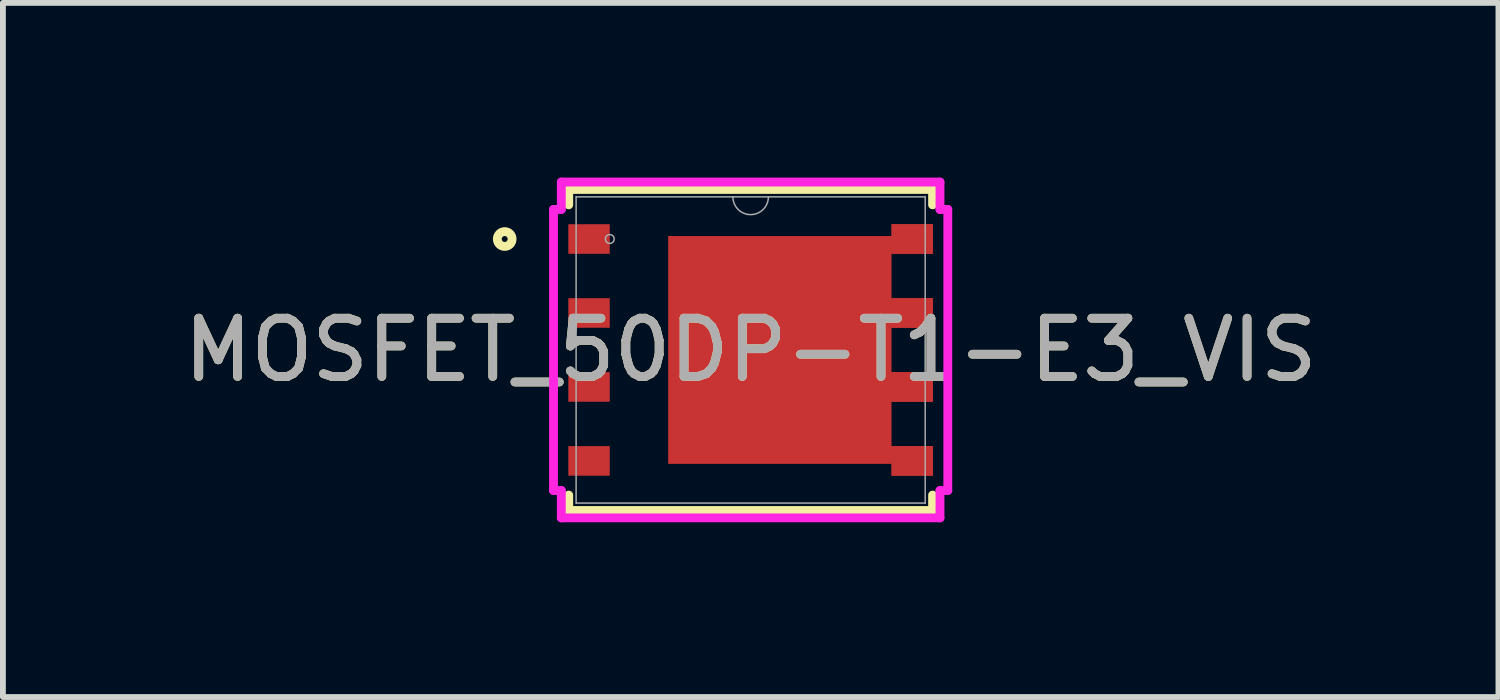
<source format=kicad_pcb>
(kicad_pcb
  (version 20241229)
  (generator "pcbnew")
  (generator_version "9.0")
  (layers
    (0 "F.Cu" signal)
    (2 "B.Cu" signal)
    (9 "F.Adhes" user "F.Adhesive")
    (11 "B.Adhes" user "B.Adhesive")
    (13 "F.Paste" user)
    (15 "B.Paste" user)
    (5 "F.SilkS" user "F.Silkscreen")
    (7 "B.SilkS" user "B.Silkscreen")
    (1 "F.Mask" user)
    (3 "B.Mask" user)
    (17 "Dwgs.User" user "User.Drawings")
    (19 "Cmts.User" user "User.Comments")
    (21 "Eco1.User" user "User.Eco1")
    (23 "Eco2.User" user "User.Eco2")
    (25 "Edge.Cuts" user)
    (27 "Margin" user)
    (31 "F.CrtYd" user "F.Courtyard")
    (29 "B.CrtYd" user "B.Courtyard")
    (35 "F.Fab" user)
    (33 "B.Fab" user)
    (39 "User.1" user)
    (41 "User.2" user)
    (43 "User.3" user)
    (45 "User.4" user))
  (footprint "MOSFET_50DP-T1-E3_VIS"
    (layer "F.Cu")
    (at 9.839 2.959)
    (property "Reference" "MOSFET_50DP-T1-E3_VIS" (at 0 0 0) (unlocked yes) (layer "F.SilkS") (effects (font (size 1 1) (thickness 0.15))))
    (attr smd)
    (fp_poly (pts (xy -1.416 -1.956) (xy -1.416 1.956) (xy 2.419 1.956) (xy 2.419 2.159) (xy 3.131 2.159) (xy 3.131 1.651) (xy 2.419 1.651) (xy 2.419 0.889) (xy 3.131 0.889) (xy 3.131 0.381) (xy 2.419 0.381) (xy 2.419 -0.381) (xy 3.131 -0.381) (xy 3.131 -0.889) (xy 2.419 -0.889) (xy 2.419 -1.651) (xy 3.131 -1.651) (xy 3.131 -2.159) (xy 2.419 -2.159) (xy 2.419 -1.956)) (stroke (width 0) (type solid)) (fill yes) (layer "F.Cu"))
    (fp_poly (pts (xy -1.416 -1.956) (xy -1.416 1.956) (xy 2.419 1.956) (xy 2.419 2.159) (xy 3.131 2.159) (xy 3.131 1.651) (xy 2.419 1.651) (xy 2.419 0.889) (xy 3.131 0.889) (xy 3.131 0.381) (xy 2.419 0.381) (xy 2.419 -0.381) (xy 3.131 -0.381) (xy 3.131 -0.889) (xy 2.419 -0.889) (xy 2.419 -1.651) (xy 3.131 -1.651) (xy 3.131 -2.159) (xy 2.419 -2.159) (xy 2.419 -1.956)) (stroke (width 0) (type solid)) (fill yes) (layer "F.Mask"))
    (fp_line (start -3.124 -2.756) (end -3.124 -2.492) (stroke (width 0.152) (type solid)) (layer "F.SilkS"))
    (fp_line (start -3.124 2.492) (end -3.124 2.756) (stroke (width 0.152) (type solid)) (layer "F.SilkS"))
    (fp_line (start -3.124 2.756) (end 3.124 2.756) (stroke (width 0.152) (type solid)) (layer "F.SilkS"))
    (fp_line (start 3.124 -2.756) (end -3.124 -2.756) (stroke (width 0.152) (type solid)) (layer "F.SilkS"))
    (fp_line (start 3.124 -2.492) (end 3.124 -2.756) (stroke (width 0.152) (type solid)) (layer "F.SilkS"))
    (fp_line (start 3.124 2.756) (end 3.124 2.492) (stroke (width 0.152) (type solid)) (layer "F.SilkS"))
    (fp_circle (center -4.223 -1.905) (end -4.096 -1.905) (stroke (width 0.152) (type solid)) (fill no) (layer "F.SilkS"))
    (fp_poly (pts (xy -1.818 -1.856) (xy -1.818 -0.752) (xy -0.739 -0.752) (xy -0.739 -1.856)) (stroke (width 0) (type solid)) (fill yes) (layer "F.Paste"))
    (fp_poly (pts (xy -1.818 -0.552) (xy -1.818 0.552) (xy -0.739 0.552) (xy -0.739 -0.552)) (stroke (width 0) (type solid)) (fill yes) (layer "F.Paste"))
    (fp_poly (pts (xy -1.818 0.752) (xy -1.818 1.856) (xy -0.739 1.856) (xy -0.739 0.752)) (stroke (width 0) (type solid)) (fill yes) (layer "F.Paste"))
    (fp_poly (pts (xy -0.539 -1.856) (xy -0.539 -0.752) (xy 0.539 -0.752) (xy 0.539 -1.856)) (stroke (width 0) (type solid)) (fill yes) (layer "F.Paste"))
    (fp_poly (pts (xy -0.539 -0.552) (xy -0.539 0.552) (xy 0.539 0.552) (xy 0.539 -0.552)) (stroke (width 0) (type solid)) (fill yes) (layer "F.Paste"))
    (fp_poly (pts (xy -0.539 0.752) (xy -0.539 1.856) (xy 0.539 1.856) (xy 0.539 0.752)) (stroke (width 0) (type solid)) (fill yes) (layer "F.Paste"))
    (fp_poly (pts (xy 0.739 -1.856) (xy 0.739 -0.752) (xy 1.818 -0.752) (xy 1.818 -1.856)) (stroke (width 0) (type solid)) (fill yes) (layer "F.Paste"))
    (fp_poly (pts (xy 0.739 -0.552) (xy 0.739 0.552) (xy 1.818 0.552) (xy 1.818 -0.552)) (stroke (width 0) (type solid)) (fill yes) (layer "F.Paste"))
    (fp_poly (pts (xy 0.739 0.752) (xy 0.739 1.856) (xy 1.818 1.856) (xy 1.818 0.752)) (stroke (width 0) (type solid)) (fill yes) (layer "F.Paste"))
    (fp_poly (pts (xy -1.416 -1.956) (xy -1.416 1.956) (xy 2.419 1.956) (xy 2.419 2.159) (xy 3.131 2.159) (xy 3.131 1.651) (xy 2.419 1.651) (xy 2.419 0.889) (xy 3.131 0.889) (xy 3.131 0.381) (xy 2.419 0.381) (xy 2.419 -0.381) (xy 3.131 -0.381) (xy 3.131 -0.889) (xy 2.419 -0.889) (xy 2.419 -1.651) (xy 3.131 -1.651) (xy 3.131 -2.159) (xy 2.419 -2.159) (xy 2.419 -1.956)) (stroke (width 0) (type solid)) (fill yes) (layer "F.Paste"))
    (fp_line (start -3.385 -2.413) (end -3.251 -2.413) (stroke (width 0.152) (type solid)) (layer "F.CrtYd"))
    (fp_line (start -3.385 2.413) (end -3.385 -2.413) (stroke (width 0.152) (type solid)) (layer "F.CrtYd"))
    (fp_line (start -3.385 2.413) (end -3.251 2.413) (stroke (width 0.152) (type solid)) (layer "F.CrtYd"))
    (fp_line (start -3.251 -2.883) (end 3.251 -2.883) (stroke (width 0.152) (type solid)) (layer "F.CrtYd"))
    (fp_line (start -3.251 -2.413) (end -3.251 -2.883) (stroke (width 0.152) (type solid)) (layer "F.CrtYd"))
    (fp_line (start -3.251 2.883) (end -3.251 2.413) (stroke (width 0.152) (type solid)) (layer "F.CrtYd"))
    (fp_line (start 3.251 -2.883) (end 3.251 -2.413) (stroke (width 0.152) (type solid)) (layer "F.CrtYd"))
    (fp_line (start 3.251 2.413) (end 3.251 2.883) (stroke (width 0.152) (type solid)) (layer "F.CrtYd"))
    (fp_line (start 3.251 2.883) (end -3.251 2.883) (stroke (width 0.152) (type solid)) (layer "F.CrtYd"))
    (fp_line (start 3.385 -2.413) (end 3.251 -2.413) (stroke (width 0.152) (type solid)) (layer "F.CrtYd"))
    (fp_line (start 3.385 -2.413) (end 3.385 2.413) (stroke (width 0.152) (type solid)) (layer "F.CrtYd"))
    (fp_line (start 3.385 2.413) (end 3.251 2.413) (stroke (width 0.152) (type solid)) (layer "F.CrtYd"))
    (fp_line (start -2.997 -2.629) (end -2.997 2.629) (stroke (width 0.025) (type solid)) (layer "F.Fab"))
    (fp_line (start -2.997 2.629) (end 2.997 2.629) (stroke (width 0.025) (type solid)) (layer "F.Fab"))
    (fp_line (start 2.997 -2.629) (end -2.997 -2.629) (stroke (width 0.025) (type solid)) (layer "F.Fab"))
    (fp_line (start 2.997 2.629) (end 2.997 -2.629) (stroke (width 0.025) (type solid)) (layer "F.Fab"))
    (fp_arc (start 0.3048 -2.6289) (mid 0 -2.3241) (end -0.3048 -2.6289) (stroke (width 0.0254) (type solid)) (layer "F.Fab"))
    (fp_circle (center -2.419 -1.905) (end -2.343 -1.905) (stroke (width 0.025) (type solid)) (fill no) (layer "F.Fab"))
    (fp_text user "${REFERENCE}" (at 0 0 0) (unlocked yes) (layer "F.Fab") (effects (font (size 1 1) (thickness 0.15))))
    (pad "1" smd rect (at -2.775 -1.905) (size 0.711 0.508) (layers "F.Cu" "F.Mask" "F.Paste"))
    (pad "2" smd rect (at -2.775 -0.635) (size 0.711 0.508) (layers "F.Cu" "F.Mask" "F.Paste"))
    (pad "3" smd rect (at -2.775 0.635) (size 0.711 0.508) (layers "F.Cu" "F.Mask" "F.Paste"))
    (pad "4" smd rect (at -2.775 1.905) (size 0.711 0.508) (layers "F.Cu" "F.Mask" "F.Paste"))
    (pad "5" smd rect (at 2.775 1.905) (size 0.711 0.508) (layers "F.Cu" "F.Mask" "F.Paste"))
    (pad "6" smd rect (at 2.775 0.635) (size 0.711 0.508) (layers "F.Cu" "F.Mask" "F.Paste"))
    (pad "7" smd rect (at 2.775 -0.635) (size 0.711 0.508) (layers "F.Cu" "F.Mask" "F.Paste"))
    (pad "8" smd rect (at 2.775 -1.905) (size 0.711 0.508) (layers "F.Cu" "F.Mask" "F.Paste")))
  (gr_rect
    (start -3 -3)
    (end 22.679 8.918)
    (stroke (width 0.1) (type default))
    (fill no)
    (layer "Edge.Cuts")))
</source>
